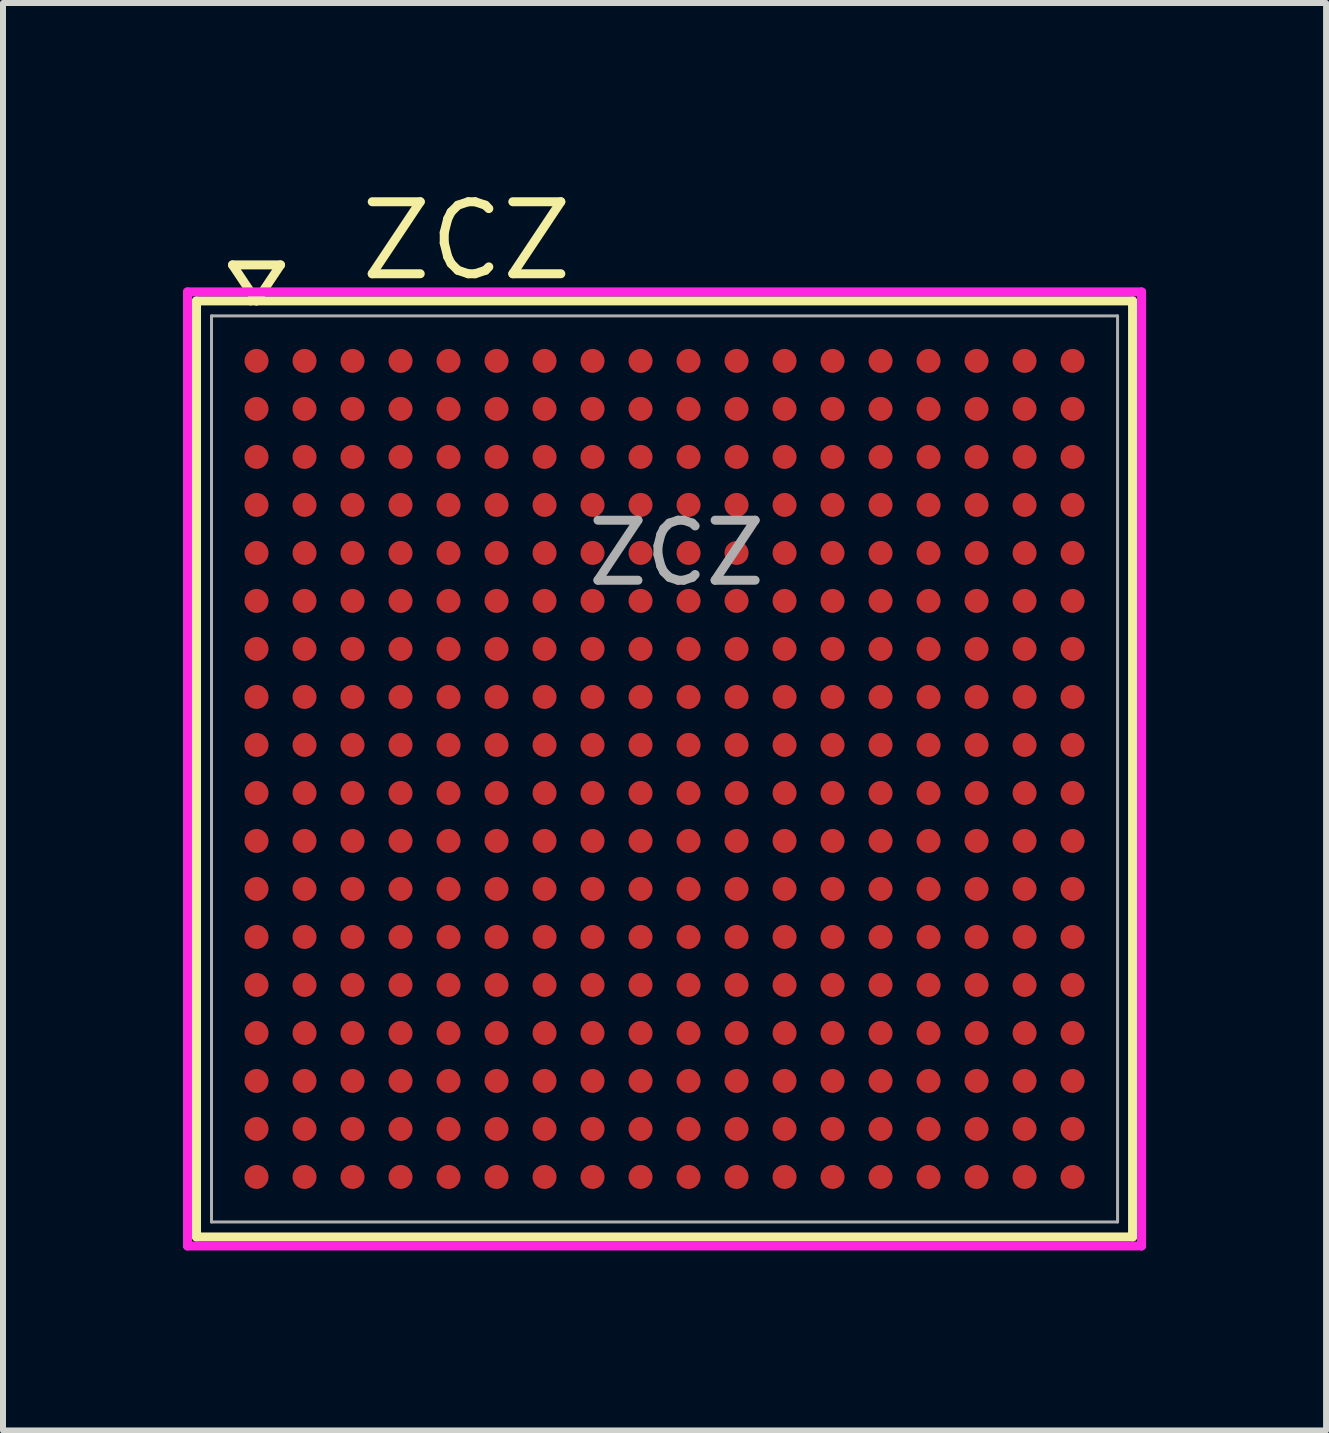
<source format=kicad_pcb>
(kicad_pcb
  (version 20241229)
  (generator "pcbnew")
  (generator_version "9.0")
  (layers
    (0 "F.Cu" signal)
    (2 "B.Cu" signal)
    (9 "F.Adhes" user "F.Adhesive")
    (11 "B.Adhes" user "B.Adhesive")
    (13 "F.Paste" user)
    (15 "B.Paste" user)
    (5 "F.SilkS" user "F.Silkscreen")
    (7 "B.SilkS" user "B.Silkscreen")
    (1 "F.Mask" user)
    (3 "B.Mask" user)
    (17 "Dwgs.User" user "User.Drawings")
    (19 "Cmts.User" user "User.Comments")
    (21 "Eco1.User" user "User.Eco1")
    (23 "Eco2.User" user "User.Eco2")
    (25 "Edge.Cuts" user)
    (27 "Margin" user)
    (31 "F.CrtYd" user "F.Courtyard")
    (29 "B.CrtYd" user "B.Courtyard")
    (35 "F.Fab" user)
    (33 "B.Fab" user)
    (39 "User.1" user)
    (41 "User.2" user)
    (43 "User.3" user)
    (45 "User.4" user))
  (footprint "ZCZ"
    (layer "F.Cu")
    (at 8.025 9.765)
    (property "Reference" "ZCZ" (at -3.3 -8.8 0) (layer "F.SilkS") (effects (font (size 1.2 1.2) (thickness 0.15))))
    (attr through_hole)
    (fp_line (start -7.8 -7.8) (end -7.8 7.8) (stroke (width 0.15) (type solid)) (layer "F.SilkS"))
    (fp_line (start -7.8 -7.8) (end -6.9 -7.8) (stroke (width 0.15) (type solid)) (layer "F.SilkS"))
    (fp_line (start -7.8 7.8) (end 7.8 7.8) (stroke (width 0.15) (type solid)) (layer "F.SilkS"))
    (fp_line (start -7.2 -8.4) (end -6.8 -7.8) (stroke (width 0.15) (type solid)) (layer "F.SilkS"))
    (fp_line (start -6.8 -7.8) (end -6.4 -8.4) (stroke (width 0.15) (type solid)) (layer "F.SilkS"))
    (fp_line (start -6.4 -8.4) (end -7.2 -8.4) (stroke (width 0.15) (type solid)) (layer "F.SilkS"))
    (fp_line (start 7.8 -7.8) (end -6.9 -7.8) (stroke (width 0.15) (type solid)) (layer "F.SilkS"))
    (fp_line (start 7.8 7.8) (end 7.8 -7.8) (stroke (width 0.15) (type solid)) (layer "F.SilkS"))
    (fp_line (start -7.95 -7.95) (end 7.95 -7.95) (stroke (width 0.15) (type solid)) (layer "F.CrtYd"))
    (fp_line (start -7.95 7.95) (end -7.95 -7.95) (stroke (width 0.15) (type solid)) (layer "F.CrtYd"))
    (fp_line (start 7.95 -7.95) (end 7.95 7.95) (stroke (width 0.15) (type solid)) (layer "F.CrtYd"))
    (fp_line (start 7.95 7.95) (end -7.95 7.95) (stroke (width 0.15) (type solid)) (layer "F.CrtYd"))
    (fp_line (start -7.55 -7.55) (end 7.55 -7.55) (stroke (width 0.05) (type solid)) (layer "F.Fab"))
    (fp_line (start -7.55 7.55) (end -7.55 -7.55) (stroke (width 0.05) (type solid)) (layer "F.Fab"))
    (fp_line (start 7.55 -7.55) (end 7.55 7.55) (stroke (width 0.05) (type solid)) (layer "F.Fab"))
    (fp_line (start 7.55 7.55) (end -7.55 7.55) (stroke (width 0.05) (type solid)) (layer "F.Fab"))
    (fp_text user "${REFERENCE}" (at 0.2 -3.6 0) (layer "F.Fab") (effects (font (size 1 1) (thickness 0.15))))
    (pad "A1" smd circle (at -6.8 -6.8) (size 0.4 0.4) (layers "F.Cu" "F.Mask" "F.Paste"))
    (pad "A2" smd circle (at -6 -6.8) (size 0.4 0.4) (layers "F.Cu" "F.Mask" "F.Paste"))
    (pad "A3" smd circle (at -5.2 -6.8) (size 0.4 0.4) (layers "F.Cu" "F.Mask" "F.Paste"))
    (pad "A4" smd circle (at -4.4 -6.8) (size 0.4 0.4) (layers "F.Cu" "F.Mask" "F.Paste"))
    (pad "A5" smd circle (at -3.6 -6.8) (size 0.4 0.4) (layers "F.Cu" "F.Mask" "F.Paste"))
    (pad "A6" smd circle (at -2.8 -6.8) (size 0.4 0.4) (layers "F.Cu" "F.Mask" "F.Paste"))
    (pad "A7" smd circle (at -2 -6.8) (size 0.4 0.4) (layers "F.Cu" "F.Mask" "F.Paste"))
    (pad "A8" smd circle (at -1.2 -6.8) (size 0.4 0.4) (layers "F.Cu" "F.Mask" "F.Paste"))
    (pad "A9" smd circle (at -0.4 -6.8) (size 0.4 0.4) (layers "F.Cu" "F.Mask" "F.Paste"))
    (pad "A10" smd circle (at 0.4 -6.8) (size 0.4 0.4) (layers "F.Cu" "F.Mask" "F.Paste"))
    (pad "A11" smd circle (at 1.2 -6.8) (size 0.4 0.4) (layers "F.Cu" "F.Mask" "F.Paste"))
    (pad "A12" smd circle (at 2 -6.8) (size 0.4 0.4) (layers "F.Cu" "F.Mask" "F.Paste"))
    (pad "A13" smd circle (at 2.8 -6.8) (size 0.4 0.4) (layers "F.Cu" "F.Mask" "F.Paste"))
    (pad "A14" smd circle (at 3.6 -6.8) (size 0.4 0.4) (layers "F.Cu" "F.Mask" "F.Paste"))
    (pad "A15" smd circle (at 4.4 -6.8) (size 0.4 0.4) (layers "F.Cu" "F.Mask" "F.Paste"))
    (pad "A16" smd circle (at 5.2 -6.8) (size 0.4 0.4) (layers "F.Cu" "F.Mask" "F.Paste"))
    (pad "A17" smd circle (at 6 -6.8) (size 0.4 0.4) (layers "F.Cu" "F.Mask" "F.Paste"))
    (pad "A18" smd circle (at 6.8 -6.8) (size 0.4 0.4) (layers "F.Cu" "F.Mask" "F.Paste"))
    (pad "B1" smd circle (at -6.8 -6) (size 0.4 0.4) (layers "F.Cu" "F.Mask" "F.Paste"))
    (pad "B2" smd circle (at -6 -6) (size 0.4 0.4) (layers "F.Cu" "F.Mask" "F.Paste"))
    (pad "B3" smd circle (at -5.2 -6) (size 0.4 0.4) (layers "F.Cu" "F.Mask" "F.Paste"))
    (pad "B4" smd circle (at -4.4 -6) (size 0.4 0.4) (layers "F.Cu" "F.Mask" "F.Paste"))
    (pad "B5" smd circle (at -3.6 -6) (size 0.4 0.4) (layers "F.Cu" "F.Mask" "F.Paste"))
    (pad "B6" smd circle (at -2.8 -6) (size 0.4 0.4) (layers "F.Cu" "F.Mask" "F.Paste"))
    (pad "B7" smd circle (at -2 -6) (size 0.4 0.4) (layers "F.Cu" "F.Mask" "F.Paste"))
    (pad "B8" smd circle (at -1.2 -6) (size 0.4 0.4) (layers "F.Cu" "F.Mask" "F.Paste"))
    (pad "B9" smd circle (at -0.4 -6) (size 0.4 0.4) (layers "F.Cu" "F.Mask" "F.Paste"))
    (pad "B10" smd circle (at 0.4 -6) (size 0.4 0.4) (layers "F.Cu" "F.Mask" "F.Paste"))
    (pad "B11" smd circle (at 1.2 -6) (size 0.4 0.4) (layers "F.Cu" "F.Mask" "F.Paste"))
    (pad "B12" smd circle (at 2 -6) (size 0.4 0.4) (layers "F.Cu" "F.Mask" "F.Paste"))
    (pad "B13" smd circle (at 2.8 -6) (size 0.4 0.4) (layers "F.Cu" "F.Mask" "F.Paste"))
    (pad "B14" smd circle (at 3.6 -6) (size 0.4 0.4) (layers "F.Cu" "F.Mask" "F.Paste"))
    (pad "B15" smd circle (at 4.4 -6) (size 0.4 0.4) (layers "F.Cu" "F.Mask" "F.Paste"))
    (pad "B16" smd circle (at 5.2 -6) (size 0.4 0.4) (layers "F.Cu" "F.Mask" "F.Paste"))
    (pad "B17" smd circle (at 6 -6) (size 0.4 0.4) (layers "F.Cu" "F.Mask" "F.Paste"))
    (pad "B18" smd circle (at 6.8 -6) (size 0.4 0.4) (layers "F.Cu" "F.Mask" "F.Paste"))
    (pad "C1" smd circle (at -6.8 -5.2) (size 0.4 0.4) (layers "F.Cu" "F.Mask" "F.Paste"))
    (pad "C2" smd circle (at -6 -5.2) (size 0.4 0.4) (layers "F.Cu" "F.Mask" "F.Paste"))
    (pad "C3" smd circle (at -5.2 -5.2) (size 0.4 0.4) (layers "F.Cu" "F.Mask" "F.Paste"))
    (pad "C4" smd circle (at -4.4 -5.2) (size 0.4 0.4) (layers "F.Cu" "F.Mask" "F.Paste"))
    (pad "C5" smd circle (at -3.6 -5.2) (size 0.4 0.4) (layers "F.Cu" "F.Mask" "F.Paste"))
    (pad "C6" smd circle (at -2.8 -5.2) (size 0.4 0.4) (layers "F.Cu" "F.Mask" "F.Paste"))
    (pad "C7" smd circle (at -2 -5.2) (size 0.4 0.4) (layers "F.Cu" "F.Mask" "F.Paste"))
    (pad "C8" smd circle (at -1.2 -5.2) (size 0.4 0.4) (layers "F.Cu" "F.Mask" "F.Paste"))
    (pad "C9" smd circle (at -0.4 -5.2) (size 0.4 0.4) (layers "F.Cu" "F.Mask" "F.Paste"))
    (pad "C10" smd circle (at 0.4 -5.2) (size 0.4 0.4) (layers "F.Cu" "F.Mask" "F.Paste"))
    (pad "C11" smd circle (at 1.2 -5.2) (size 0.4 0.4) (layers "F.Cu" "F.Mask" "F.Paste"))
    (pad "C12" smd circle (at 2 -5.2) (size 0.4 0.4) (layers "F.Cu" "F.Mask" "F.Paste"))
    (pad "C13" smd circle (at 2.8 -5.2) (size 0.4 0.4) (layers "F.Cu" "F.Mask" "F.Paste"))
    (pad "C14" smd circle (at 3.6 -5.2) (size 0.4 0.4) (layers "F.Cu" "F.Mask" "F.Paste"))
    (pad "C15" smd circle (at 4.4 -5.2) (size 0.4 0.4) (layers "F.Cu" "F.Mask" "F.Paste"))
    (pad "C16" smd circle (at 5.2 -5.2) (size 0.4 0.4) (layers "F.Cu" "F.Mask" "F.Paste"))
    (pad "C17" smd circle (at 6 -5.2) (size 0.4 0.4) (layers "F.Cu" "F.Mask" "F.Paste"))
    (pad "C18" smd circle (at 6.8 -5.2) (size 0.4 0.4) (layers "F.Cu" "F.Mask" "F.Paste"))
    (pad "D1" smd circle (at -6.8 -4.4) (size 0.4 0.4) (layers "F.Cu" "F.Mask" "F.Paste"))
    (pad "D2" smd circle (at -6 -4.4) (size 0.4 0.4) (layers "F.Cu" "F.Mask" "F.Paste"))
    (pad "D3" smd circle (at -5.2 -4.4) (size 0.4 0.4) (layers "F.Cu" "F.Mask" "F.Paste"))
    (pad "D4" smd circle (at -4.4 -4.4) (size 0.4 0.4) (layers "F.Cu" "F.Mask" "F.Paste"))
    (pad "D5" smd circle (at -3.6 -4.4) (size 0.4 0.4) (layers "F.Cu" "F.Mask" "F.Paste"))
    (pad "D6" smd circle (at -2.8 -4.4) (size 0.4 0.4) (layers "F.Cu" "F.Mask" "F.Paste"))
    (pad "D7" smd circle (at -2 -4.4) (size 0.4 0.4) (layers "F.Cu" "F.Mask" "F.Paste"))
    (pad "D8" smd circle (at -1.2 -4.4) (size 0.4 0.4) (layers "F.Cu" "F.Mask" "F.Paste"))
    (pad "D9" smd circle (at -0.4 -4.4) (size 0.4 0.4) (layers "F.Cu" "F.Mask" "F.Paste"))
    (pad "D10" smd circle (at 0.4 -4.4) (size 0.4 0.4) (layers "F.Cu" "F.Mask" "F.Paste"))
    (pad "D11" smd circle (at 1.2 -4.4) (size 0.4 0.4) (layers "F.Cu" "F.Mask" "F.Paste"))
    (pad "D12" smd circle (at 2 -4.4) (size 0.4 0.4) (layers "F.Cu" "F.Mask" "F.Paste"))
    (pad "D13" smd circle (at 2.8 -4.4) (size 0.4 0.4) (layers "F.Cu" "F.Mask" "F.Paste"))
    (pad "D14" smd circle (at 3.6 -4.4) (size 0.4 0.4) (layers "F.Cu" "F.Mask" "F.Paste"))
    (pad "D15" smd circle (at 4.4 -4.4) (size 0.4 0.4) (layers "F.Cu" "F.Mask" "F.Paste"))
    (pad "D16" smd circle (at 5.2 -4.4) (size 0.4 0.4) (layers "F.Cu" "F.Mask" "F.Paste"))
    (pad "D17" smd circle (at 6 -4.4) (size 0.4 0.4) (layers "F.Cu" "F.Mask" "F.Paste"))
    (pad "D18" smd circle (at 6.8 -4.4) (size 0.4 0.4) (layers "F.Cu" "F.Mask" "F.Paste"))
    (pad "E1" smd circle (at -6.8 -3.6) (size 0.4 0.4) (layers "F.Cu" "F.Mask" "F.Paste"))
    (pad "E2" smd circle (at -6 -3.6) (size 0.4 0.4) (layers "F.Cu" "F.Mask" "F.Paste"))
    (pad "E3" smd circle (at -5.2 -3.6) (size 0.4 0.4) (layers "F.Cu" "F.Mask" "F.Paste"))
    (pad "E4" smd circle (at -4.4 -3.6) (size 0.4 0.4) (layers "F.Cu" "F.Mask" "F.Paste"))
    (pad "E5" smd circle (at -3.6 -3.6) (size 0.4 0.4) (layers "F.Cu" "F.Mask" "F.Paste"))
    (pad "E6" smd circle (at -2.8 -3.6) (size 0.4 0.4) (layers "F.Cu" "F.Mask" "F.Paste"))
    (pad "E7" smd circle (at -2 -3.6) (size 0.4 0.4) (layers "F.Cu" "F.Mask" "F.Paste"))
    (pad "E8" smd circle (at -1.2 -3.6) (size 0.4 0.4) (layers "F.Cu" "F.Mask" "F.Paste"))
    (pad "E9" smd circle (at -0.4 -3.6) (size 0.4 0.4) (layers "F.Cu" "F.Mask" "F.Paste"))
    (pad "E10" smd circle (at 0.4 -3.6) (size 0.4 0.4) (layers "F.Cu" "F.Mask" "F.Paste"))
    (pad "E11" smd circle (at 1.2 -3.6) (size 0.4 0.4) (layers "F.Cu" "F.Mask" "F.Paste"))
    (pad "E12" smd circle (at 2 -3.6) (size 0.4 0.4) (layers "F.Cu" "F.Mask" "F.Paste"))
    (pad "E13" smd circle (at 2.8 -3.6) (size 0.4 0.4) (layers "F.Cu" "F.Mask" "F.Paste"))
    (pad "E14" smd circle (at 3.6 -3.6) (size 0.4 0.4) (layers "F.Cu" "F.Mask" "F.Paste"))
    (pad "E15" smd circle (at 4.4 -3.6) (size 0.4 0.4) (layers "F.Cu" "F.Mask" "F.Paste"))
    (pad "E16" smd circle (at 5.2 -3.6) (size 0.4 0.4) (layers "F.Cu" "F.Mask" "F.Paste"))
    (pad "E17" smd circle (at 6 -3.6) (size 0.4 0.4) (layers "F.Cu" "F.Mask" "F.Paste"))
    (pad "E18" smd circle (at 6.8 -3.6) (size 0.4 0.4) (layers "F.Cu" "F.Mask" "F.Paste"))
    (pad "F1" smd circle (at -6.8 -2.8) (size 0.4 0.4) (layers "F.Cu" "F.Mask" "F.Paste"))
    (pad "F2" smd circle (at -6 -2.8) (size 0.4 0.4) (layers "F.Cu" "F.Mask" "F.Paste"))
    (pad "F3" smd circle (at -5.2 -2.8) (size 0.4 0.4) (layers "F.Cu" "F.Mask" "F.Paste"))
    (pad "F4" smd circle (at -4.4 -2.8) (size 0.4 0.4) (layers "F.Cu" "F.Mask" "F.Paste"))
    (pad "F5" smd circle (at -3.6 -2.8) (size 0.4 0.4) (layers "F.Cu" "F.Mask" "F.Paste"))
    (pad "F6" smd circle (at -2.8 -2.8) (size 0.4 0.4) (layers "F.Cu" "F.Mask" "F.Paste"))
    (pad "F7" smd circle (at -2 -2.8) (size 0.4 0.4) (layers "F.Cu" "F.Mask" "F.Paste"))
    (pad "F8" smd circle (at -1.2 -2.8) (size 0.4 0.4) (layers "F.Cu" "F.Mask" "F.Paste"))
    (pad "F9" smd circle (at -0.4 -2.8) (size 0.4 0.4) (layers "F.Cu" "F.Mask" "F.Paste"))
    (pad "F10" smd circle (at 0.4 -2.8) (size 0.4 0.4) (layers "F.Cu" "F.Mask" "F.Paste"))
    (pad "F11" smd circle (at 1.2 -2.8) (size 0.4 0.4) (layers "F.Cu" "F.Mask" "F.Paste"))
    (pad "F12" smd circle (at 2 -2.8) (size 0.4 0.4) (layers "F.Cu" "F.Mask" "F.Paste"))
    (pad "F13" smd circle (at 2.8 -2.8) (size 0.4 0.4) (layers "F.Cu" "F.Mask" "F.Paste"))
    (pad "F14" smd circle (at 3.6 -2.8) (size 0.4 0.4) (layers "F.Cu" "F.Mask" "F.Paste"))
    (pad "F15" smd circle (at 4.4 -2.8) (size 0.4 0.4) (layers "F.Cu" "F.Mask" "F.Paste"))
    (pad "F16" smd circle (at 5.2 -2.8) (size 0.4 0.4) (layers "F.Cu" "F.Mask" "F.Paste"))
    (pad "F17" smd circle (at 6 -2.8) (size 0.4 0.4) (layers "F.Cu" "F.Mask" "F.Paste"))
    (pad "F18" smd circle (at 6.8 -2.8) (size 0.4 0.4) (layers "F.Cu" "F.Mask" "F.Paste"))
    (pad "G1" smd circle (at -6.8 -2) (size 0.4 0.4) (layers "F.Cu" "F.Mask" "F.Paste"))
    (pad "G2" smd circle (at -6 -2) (size 0.4 0.4) (layers "F.Cu" "F.Mask" "F.Paste"))
    (pad "G3" smd circle (at -5.2 -2) (size 0.4 0.4) (layers "F.Cu" "F.Mask" "F.Paste"))
    (pad "G4" smd circle (at -4.4 -2) (size 0.4 0.4) (layers "F.Cu" "F.Mask" "F.Paste"))
    (pad "G5" smd circle (at -3.6 -2) (size 0.4 0.4) (layers "F.Cu" "F.Mask" "F.Paste"))
    (pad "G6" smd circle (at -2.8 -2) (size 0.4 0.4) (layers "F.Cu" "F.Mask" "F.Paste"))
    (pad "G7" smd circle (at -2 -2) (size 0.4 0.4) (layers "F.Cu" "F.Mask" "F.Paste"))
    (pad "G8" smd circle (at -1.2 -2) (size 0.4 0.4) (layers "F.Cu" "F.Mask" "F.Paste"))
    (pad "G9" smd circle (at -0.4 -2) (size 0.4 0.4) (layers "F.Cu" "F.Mask" "F.Paste"))
    (pad "G10" smd circle (at 0.4 -2) (size 0.4 0.4) (layers "F.Cu" "F.Mask" "F.Paste"))
    (pad "G11" smd circle (at 1.2 -2) (size 0.4 0.4) (layers "F.Cu" "F.Mask" "F.Paste"))
    (pad "G12" smd circle (at 2 -2) (size 0.4 0.4) (layers "F.Cu" "F.Mask" "F.Paste"))
    (pad "G13" smd circle (at 2.8 -2) (size 0.4 0.4) (layers "F.Cu" "F.Mask" "F.Paste"))
    (pad "G14" smd circle (at 3.6 -2) (size 0.4 0.4) (layers "F.Cu" "F.Mask" "F.Paste"))
    (pad "G15" smd circle (at 4.4 -2) (size 0.4 0.4) (layers "F.Cu" "F.Mask" "F.Paste"))
    (pad "G16" smd circle (at 5.2 -2) (size 0.4 0.4) (layers "F.Cu" "F.Mask" "F.Paste"))
    (pad "G17" smd circle (at 6 -2) (size 0.4 0.4) (layers "F.Cu" "F.Mask" "F.Paste"))
    (pad "G18" smd circle (at 6.8 -2) (size 0.4 0.4) (layers "F.Cu" "F.Mask" "F.Paste"))
    (pad "H1" smd circle (at -6.8 -1.2) (size 0.4 0.4) (layers "F.Cu" "F.Mask" "F.Paste"))
    (pad "H2" smd circle (at -6 -1.2) (size 0.4 0.4) (layers "F.Cu" "F.Mask" "F.Paste"))
    (pad "H3" smd circle (at -5.2 -1.2) (size 0.4 0.4) (layers "F.Cu" "F.Mask" "F.Paste"))
    (pad "H4" smd circle (at -4.4 -1.2) (size 0.4 0.4) (layers "F.Cu" "F.Mask" "F.Paste"))
    (pad "H5" smd circle (at -3.6 -1.2) (size 0.4 0.4) (layers "F.Cu" "F.Mask" "F.Paste"))
    (pad "H6" smd circle (at -2.8 -1.2) (size 0.4 0.4) (layers "F.Cu" "F.Mask" "F.Paste"))
    (pad "H7" smd circle (at -2 -1.2) (size 0.4 0.4) (layers "F.Cu" "F.Mask" "F.Paste"))
    (pad "H8" smd circle (at -1.2 -1.2) (size 0.4 0.4) (layers "F.Cu" "F.Mask" "F.Paste"))
    (pad "H9" smd circle (at -0.4 -1.2) (size 0.4 0.4) (layers "F.Cu" "F.Mask" "F.Paste"))
    (pad "H10" smd circle (at 0.4 -1.2) (size 0.4 0.4) (layers "F.Cu" "F.Mask" "F.Paste"))
    (pad "H11" smd circle (at 1.2 -1.2) (size 0.4 0.4) (layers "F.Cu" "F.Mask" "F.Paste"))
    (pad "H12" smd circle (at 2 -1.2) (size 0.4 0.4) (layers "F.Cu" "F.Mask" "F.Paste"))
    (pad "H13" smd circle (at 2.8 -1.2) (size 0.4 0.4) (layers "F.Cu" "F.Mask" "F.Paste"))
    (pad "H14" smd circle (at 3.6 -1.2) (size 0.4 0.4) (layers "F.Cu" "F.Mask" "F.Paste"))
    (pad "H15" smd circle (at 4.4 -1.2) (size 0.4 0.4) (layers "F.Cu" "F.Mask" "F.Paste"))
    (pad "H16" smd circle (at 5.2 -1.2) (size 0.4 0.4) (layers "F.Cu" "F.Mask" "F.Paste"))
    (pad "H17" smd circle (at 6 -1.2) (size 0.4 0.4) (layers "F.Cu" "F.Mask" "F.Paste"))
    (pad "H18" smd circle (at 6.8 -1.2) (size 0.4 0.4) (layers "F.Cu" "F.Mask" "F.Paste"))
    (pad "J1" smd circle (at -6.8 -0.4) (size 0.4 0.4) (layers "F.Cu" "F.Mask" "F.Paste"))
    (pad "J2" smd circle (at -6 -0.4) (size 0.4 0.4) (layers "F.Cu" "F.Mask" "F.Paste"))
    (pad "J3" smd circle (at -5.2 -0.4) (size 0.4 0.4) (layers "F.Cu" "F.Mask" "F.Paste"))
    (pad "J4" smd circle (at -4.4 -0.4) (size 0.4 0.4) (layers "F.Cu" "F.Mask" "F.Paste"))
    (pad "J5" smd circle (at -3.6 -0.4) (size 0.4 0.4) (layers "F.Cu" "F.Mask" "F.Paste"))
    (pad "J6" smd circle (at -2.8 -0.4) (size 0.4 0.4) (layers "F.Cu" "F.Mask" "F.Paste"))
    (pad "J7" smd circle (at -2 -0.4) (size 0.4 0.4) (layers "F.Cu" "F.Mask" "F.Paste"))
    (pad "J8" smd circle (at -1.2 -0.4) (size 0.4 0.4) (layers "F.Cu" "F.Mask" "F.Paste"))
    (pad "J9" smd circle (at -0.4 -0.4) (size 0.4 0.4) (layers "F.Cu" "F.Mask" "F.Paste"))
    (pad "J10" smd circle (at 0.4 -0.4) (size 0.4 0.4) (layers "F.Cu" "F.Mask" "F.Paste"))
    (pad "J11" smd circle (at 1.2 -0.4) (size 0.4 0.4) (layers "F.Cu" "F.Mask" "F.Paste"))
    (pad "J12" smd circle (at 2 -0.4) (size 0.4 0.4) (layers "F.Cu" "F.Mask" "F.Paste"))
    (pad "J13" smd circle (at 2.8 -0.4) (size 0.4 0.4) (layers "F.Cu" "F.Mask" "F.Paste"))
    (pad "J14" smd circle (at 3.6 -0.4) (size 0.4 0.4) (layers "F.Cu" "F.Mask" "F.Paste"))
    (pad "J15" smd circle (at 4.4 -0.4) (size 0.4 0.4) (layers "F.Cu" "F.Mask" "F.Paste"))
    (pad "J16" smd circle (at 5.2 -0.4) (size 0.4 0.4) (layers "F.Cu" "F.Mask" "F.Paste"))
    (pad "J17" smd circle (at 6 -0.4) (size 0.4 0.4) (layers "F.Cu" "F.Mask" "F.Paste"))
    (pad "J18" smd circle (at 6.8 -0.4) (size 0.4 0.4) (layers "F.Cu" "F.Mask" "F.Paste"))
    (pad "K1" smd circle (at -6.8 0.4) (size 0.4 0.4) (layers "F.Cu" "F.Mask" "F.Paste"))
    (pad "K2" smd circle (at -6 0.4) (size 0.4 0.4) (layers "F.Cu" "F.Mask" "F.Paste"))
    (pad "K3" smd circle (at -5.2 0.4) (size 0.4 0.4) (layers "F.Cu" "F.Mask" "F.Paste"))
    (pad "K4" smd circle (at -4.4 0.4) (size 0.4 0.4) (layers "F.Cu" "F.Mask" "F.Paste"))
    (pad "K5" smd circle (at -3.6 0.4) (size 0.4 0.4) (layers "F.Cu" "F.Mask" "F.Paste"))
    (pad "K6" smd circle (at -2.8 0.4) (size 0.4 0.4) (layers "F.Cu" "F.Mask" "F.Paste"))
    (pad "K7" smd circle (at -2 0.4) (size 0.4 0.4) (layers "F.Cu" "F.Mask" "F.Paste"))
    (pad "K8" smd circle (at -1.2 0.4) (size 0.4 0.4) (layers "F.Cu" "F.Mask" "F.Paste"))
    (pad "K9" smd circle (at -0.4 0.4) (size 0.4 0.4) (layers "F.Cu" "F.Mask" "F.Paste"))
    (pad "K10" smd circle (at 0.4 0.4) (size 0.4 0.4) (layers "F.Cu" "F.Mask" "F.Paste"))
    (pad "K11" smd circle (at 1.2 0.4) (size 0.4 0.4) (layers "F.Cu" "F.Mask" "F.Paste"))
    (pad "K12" smd circle (at 2 0.4) (size 0.4 0.4) (layers "F.Cu" "F.Mask" "F.Paste"))
    (pad "K13" smd circle (at 2.8 0.4) (size 0.4 0.4) (layers "F.Cu" "F.Mask" "F.Paste"))
    (pad "K14" smd circle (at 3.6 0.4) (size 0.4 0.4) (layers "F.Cu" "F.Mask" "F.Paste"))
    (pad "K15" smd circle (at 4.4 0.4) (size 0.4 0.4) (layers "F.Cu" "F.Mask" "F.Paste"))
    (pad "K16" smd circle (at 5.2 0.4) (size 0.4 0.4) (layers "F.Cu" "F.Mask" "F.Paste"))
    (pad "K17" smd circle (at 6 0.4) (size 0.4 0.4) (layers "F.Cu" "F.Mask" "F.Paste"))
    (pad "K18" smd circle (at 6.8 0.4) (size 0.4 0.4) (layers "F.Cu" "F.Mask" "F.Paste"))
    (pad "L1" smd circle (at -6.8 1.2) (size 0.4 0.4) (layers "F.Cu" "F.Mask" "F.Paste"))
    (pad "L2" smd circle (at -6 1.2) (size 0.4 0.4) (layers "F.Cu" "F.Mask" "F.Paste"))
    (pad "L3" smd circle (at -5.2 1.2) (size 0.4 0.4) (layers "F.Cu" "F.Mask" "F.Paste"))
    (pad "L4" smd circle (at -4.4 1.2) (size 0.4 0.4) (layers "F.Cu" "F.Mask" "F.Paste"))
    (pad "L5" smd circle (at -3.6 1.2) (size 0.4 0.4) (layers "F.Cu" "F.Mask" "F.Paste"))
    (pad "L6" smd circle (at -2.8 1.2) (size 0.4 0.4) (layers "F.Cu" "F.Mask" "F.Paste"))
    (pad "L7" smd circle (at -2 1.2) (size 0.4 0.4) (layers "F.Cu" "F.Mask" "F.Paste"))
    (pad "L8" smd circle (at -1.2 1.2) (size 0.4 0.4) (layers "F.Cu" "F.Mask" "F.Paste"))
    (pad "L9" smd circle (at -0.4 1.2) (size 0.4 0.4) (layers "F.Cu" "F.Mask" "F.Paste"))
    (pad "L10" smd circle (at 0.4 1.2) (size 0.4 0.4) (layers "F.Cu" "F.Mask" "F.Paste"))
    (pad "L11" smd circle (at 1.2 1.2) (size 0.4 0.4) (layers "F.Cu" "F.Mask" "F.Paste"))
    (pad "L12" smd circle (at 2 1.2) (size 0.4 0.4) (layers "F.Cu" "F.Mask" "F.Paste"))
    (pad "L13" smd circle (at 2.8 1.2) (size 0.4 0.4) (layers "F.Cu" "F.Mask" "F.Paste"))
    (pad "L14" smd circle (at 3.6 1.2) (size 0.4 0.4) (layers "F.Cu" "F.Mask" "F.Paste"))
    (pad "L15" smd circle (at 4.4 1.2) (size 0.4 0.4) (layers "F.Cu" "F.Mask" "F.Paste"))
    (pad "L16" smd circle (at 5.2 1.2) (size 0.4 0.4) (layers "F.Cu" "F.Mask" "F.Paste"))
    (pad "L17" smd circle (at 6 1.2) (size 0.4 0.4) (layers "F.Cu" "F.Mask" "F.Paste"))
    (pad "L18" smd circle (at 6.8 1.2) (size 0.4 0.4) (layers "F.Cu" "F.Mask" "F.Paste"))
    (pad "M1" smd circle (at -6.8 2) (size 0.4 0.4) (layers "F.Cu" "F.Mask" "F.Paste"))
    (pad "M2" smd circle (at -6 2) (size 0.4 0.4) (layers "F.Cu" "F.Mask" "F.Paste"))
    (pad "M3" smd circle (at -5.2 2) (size 0.4 0.4) (layers "F.Cu" "F.Mask" "F.Paste"))
    (pad "M4" smd circle (at -4.4 2) (size 0.4 0.4) (layers "F.Cu" "F.Mask" "F.Paste"))
    (pad "M5" smd circle (at -3.6 2) (size 0.4 0.4) (layers "F.Cu" "F.Mask" "F.Paste"))
    (pad "M6" smd circle (at -2.8 2) (size 0.4 0.4) (layers "F.Cu" "F.Mask" "F.Paste"))
    (pad "M7" smd circle (at -2 2) (size 0.4 0.4) (layers "F.Cu" "F.Mask" "F.Paste"))
    (pad "M8" smd circle (at -1.2 2) (size 0.4 0.4) (layers "F.Cu" "F.Mask" "F.Paste"))
    (pad "M9" smd circle (at -0.4 2) (size 0.4 0.4) (layers "F.Cu" "F.Mask" "F.Paste"))
    (pad "M10" smd circle (at 0.4 2) (size 0.4 0.4) (layers "F.Cu" "F.Mask" "F.Paste"))
    (pad "M11" smd circle (at 1.2 2) (size 0.4 0.4) (layers "F.Cu" "F.Mask" "F.Paste"))
    (pad "M12" smd circle (at 2 2) (size 0.4 0.4) (layers "F.Cu" "F.Mask" "F.Paste"))
    (pad "M13" smd circle (at 2.8 2) (size 0.4 0.4) (layers "F.Cu" "F.Mask" "F.Paste"))
    (pad "M14" smd circle (at 3.6 2) (size 0.4 0.4) (layers "F.Cu" "F.Mask" "F.Paste"))
    (pad "M15" smd circle (at 4.4 2) (size 0.4 0.4) (layers "F.Cu" "F.Mask" "F.Paste"))
    (pad "M16" smd circle (at 5.2 2) (size 0.4 0.4) (layers "F.Cu" "F.Mask" "F.Paste"))
    (pad "M17" smd circle (at 6 2) (size 0.4 0.4) (layers "F.Cu" "F.Mask" "F.Paste"))
    (pad "M18" smd circle (at 6.8 2) (size 0.4 0.4) (layers "F.Cu" "F.Mask" "F.Paste"))
    (pad "N1" smd circle (at -6.8 2.8) (size 0.4 0.4) (layers "F.Cu" "F.Mask" "F.Paste"))
    (pad "N2" smd circle (at -6 2.8) (size 0.4 0.4) (layers "F.Cu" "F.Mask" "F.Paste"))
    (pad "N3" smd circle (at -5.2 2.8) (size 0.4 0.4) (layers "F.Cu" "F.Mask" "F.Paste"))
    (pad "N4" smd circle (at -4.4 2.8) (size 0.4 0.4) (layers "F.Cu" "F.Mask" "F.Paste"))
    (pad "N5" smd circle (at -3.6 2.8) (size 0.4 0.4) (layers "F.Cu" "F.Mask" "F.Paste"))
    (pad "N6" smd circle (at -2.8 2.8) (size 0.4 0.4) (layers "F.Cu" "F.Mask" "F.Paste"))
    (pad "N7" smd circle (at -2 2.8) (size 0.4 0.4) (layers "F.Cu" "F.Mask" "F.Paste"))
    (pad "N8" smd circle (at -1.2 2.8) (size 0.4 0.4) (layers "F.Cu" "F.Mask" "F.Paste"))
    (pad "N9" smd circle (at -0.4 2.8) (size 0.4 0.4) (layers "F.Cu" "F.Mask" "F.Paste"))
    (pad "N10" smd circle (at 0.4 2.8) (size 0.4 0.4) (layers "F.Cu" "F.Mask" "F.Paste"))
    (pad "N11" smd circle (at 1.2 2.8) (size 0.4 0.4) (layers "F.Cu" "F.Mask" "F.Paste"))
    (pad "N12" smd circle (at 2 2.8) (size 0.4 0.4) (layers "F.Cu" "F.Mask" "F.Paste"))
    (pad "N13" smd circle (at 2.8 2.8) (size 0.4 0.4) (layers "F.Cu" "F.Mask" "F.Paste"))
    (pad "N14" smd circle (at 3.6 2.8) (size 0.4 0.4) (layers "F.Cu" "F.Mask" "F.Paste"))
    (pad "N15" smd circle (at 4.4 2.8) (size 0.4 0.4) (layers "F.Cu" "F.Mask" "F.Paste"))
    (pad "N16" smd circle (at 5.2 2.8) (size 0.4 0.4) (layers "F.Cu" "F.Mask" "F.Paste"))
    (pad "N17" smd circle (at 6 2.8) (size 0.4 0.4) (layers "F.Cu" "F.Mask" "F.Paste"))
    (pad "N18" smd circle (at 6.8 2.8) (size 0.4 0.4) (layers "F.Cu" "F.Mask" "F.Paste"))
    (pad "P1" smd circle (at -6.8 3.6) (size 0.4 0.4) (layers "F.Cu" "F.Mask" "F.Paste"))
    (pad "P2" smd circle (at -6 3.6) (size 0.4 0.4) (layers "F.Cu" "F.Mask" "F.Paste"))
    (pad "P3" smd circle (at -5.2 3.6) (size 0.4 0.4) (layers "F.Cu" "F.Mask" "F.Paste"))
    (pad "P4" smd circle (at -4.4 3.6) (size 0.4 0.4) (layers "F.Cu" "F.Mask" "F.Paste"))
    (pad "P5" smd circle (at -3.6 3.6) (size 0.4 0.4) (layers "F.Cu" "F.Mask" "F.Paste"))
    (pad "P6" smd circle (at -2.8 3.6) (size 0.4 0.4) (layers "F.Cu" "F.Mask" "F.Paste"))
    (pad "P7" smd circle (at -2 3.6) (size 0.4 0.4) (layers "F.Cu" "F.Mask" "F.Paste"))
    (pad "P8" smd circle (at -1.2 3.6) (size 0.4 0.4) (layers "F.Cu" "F.Mask" "F.Paste"))
    (pad "P9" smd circle (at -0.4 3.6) (size 0.4 0.4) (layers "F.Cu" "F.Mask" "F.Paste"))
    (pad "P10" smd circle (at 0.4 3.6) (size 0.4 0.4) (layers "F.Cu" "F.Mask" "F.Paste"))
    (pad "P11" smd circle (at 1.2 3.6) (size 0.4 0.4) (layers "F.Cu" "F.Mask" "F.Paste"))
    (pad "P12" smd circle (at 2 3.6) (size 0.4 0.4) (layers "F.Cu" "F.Mask" "F.Paste"))
    (pad "P13" smd circle (at 2.8 3.6) (size 0.4 0.4) (layers "F.Cu" "F.Mask" "F.Paste"))
    (pad "P14" smd circle (at 3.6 3.6) (size 0.4 0.4) (layers "F.Cu" "F.Mask" "F.Paste"))
    (pad "P15" smd circle (at 4.4 3.6) (size 0.4 0.4) (layers "F.Cu" "F.Mask" "F.Paste"))
    (pad "P16" smd circle (at 5.2 3.6) (size 0.4 0.4) (layers "F.Cu" "F.Mask" "F.Paste"))
    (pad "P17" smd circle (at 6 3.6) (size 0.4 0.4) (layers "F.Cu" "F.Mask" "F.Paste"))
    (pad "P18" smd circle (at 6.8 3.6) (size 0.4 0.4) (layers "F.Cu" "F.Mask" "F.Paste"))
    (pad "R1" smd circle (at -6.8 4.4) (size 0.4 0.4) (layers "F.Cu" "F.Mask" "F.Paste"))
    (pad "R2" smd circle (at -6 4.4) (size 0.4 0.4) (layers "F.Cu" "F.Mask" "F.Paste"))
    (pad "R3" smd circle (at -5.2 4.4) (size 0.4 0.4) (layers "F.Cu" "F.Mask" "F.Paste"))
    (pad "R4" smd circle (at -4.4 4.4) (size 0.4 0.4) (layers "F.Cu" "F.Mask" "F.Paste"))
    (pad "R5" smd circle (at -3.6 4.4) (size 0.4 0.4) (layers "F.Cu" "F.Mask" "F.Paste"))
    (pad "R6" smd circle (at -2.8 4.4) (size 0.4 0.4) (layers "F.Cu" "F.Mask" "F.Paste"))
    (pad "R7" smd circle (at -2 4.4) (size 0.4 0.4) (layers "F.Cu" "F.Mask" "F.Paste"))
    (pad "R8" smd circle (at -1.2 4.4) (size 0.4 0.4) (layers "F.Cu" "F.Mask" "F.Paste"))
    (pad "R9" smd circle (at -0.4 4.4) (size 0.4 0.4) (layers "F.Cu" "F.Mask" "F.Paste"))
    (pad "R10" smd circle (at 0.4 4.4) (size 0.4 0.4) (layers "F.Cu" "F.Mask" "F.Paste"))
    (pad "R11" smd circle (at 1.2 4.4) (size 0.4 0.4) (layers "F.Cu" "F.Mask" "F.Paste"))
    (pad "R12" smd circle (at 2 4.4) (size 0.4 0.4) (layers "F.Cu" "F.Mask" "F.Paste"))
    (pad "R13" smd circle (at 2.8 4.4) (size 0.4 0.4) (layers "F.Cu" "F.Mask" "F.Paste"))
    (pad "R14" smd circle (at 3.6 4.4) (size 0.4 0.4) (layers "F.Cu" "F.Mask" "F.Paste"))
    (pad "R15" smd circle (at 4.4 4.4) (size 0.4 0.4) (layers "F.Cu" "F.Mask" "F.Paste"))
    (pad "R16" smd circle (at 5.2 4.4) (size 0.4 0.4) (layers "F.Cu" "F.Mask" "F.Paste"))
    (pad "R17" smd circle (at 6 4.4) (size 0.4 0.4) (layers "F.Cu" "F.Mask" "F.Paste"))
    (pad "R18" smd circle (at 6.8 4.4) (size 0.4 0.4) (layers "F.Cu" "F.Mask" "F.Paste"))
    (pad "T1" smd circle (at -6.8 5.2) (size 0.4 0.4) (layers "F.Cu" "F.Mask" "F.Paste"))
    (pad "T2" smd circle (at -6 5.2) (size 0.4 0.4) (layers "F.Cu" "F.Mask" "F.Paste"))
    (pad "T3" smd circle (at -5.2 5.2) (size 0.4 0.4) (layers "F.Cu" "F.Mask" "F.Paste"))
    (pad "T4" smd circle (at -4.4 5.2) (size 0.4 0.4) (layers "F.Cu" "F.Mask" "F.Paste"))
    (pad "T5" smd circle (at -3.6 5.2) (size 0.4 0.4) (layers "F.Cu" "F.Mask" "F.Paste"))
    (pad "T6" smd circle (at -2.8 5.2) (size 0.4 0.4) (layers "F.Cu" "F.Mask" "F.Paste"))
    (pad "T7" smd circle (at -2 5.2) (size 0.4 0.4) (layers "F.Cu" "F.Mask" "F.Paste"))
    (pad "T8" smd circle (at -1.2 5.2) (size 0.4 0.4) (layers "F.Cu" "F.Mask" "F.Paste"))
    (pad "T9" smd circle (at -0.4 5.2) (size 0.4 0.4) (layers "F.Cu" "F.Mask" "F.Paste"))
    (pad "T10" smd circle (at 0.4 5.2) (size 0.4 0.4) (layers "F.Cu" "F.Mask" "F.Paste"))
    (pad "T11" smd circle (at 1.2 5.2) (size 0.4 0.4) (layers "F.Cu" "F.Mask" "F.Paste"))
    (pad "T12" smd circle (at 2 5.2) (size 0.4 0.4) (layers "F.Cu" "F.Mask" "F.Paste"))
    (pad "T13" smd circle (at 2.8 5.2) (size 0.4 0.4) (layers "F.Cu" "F.Mask" "F.Paste"))
    (pad "T14" smd circle (at 3.6 5.2) (size 0.4 0.4) (layers "F.Cu" "F.Mask" "F.Paste"))
    (pad "T15" smd circle (at 4.4 5.2) (size 0.4 0.4) (layers "F.Cu" "F.Mask" "F.Paste"))
    (pad "T16" smd circle (at 5.2 5.2) (size 0.4 0.4) (layers "F.Cu" "F.Mask" "F.Paste"))
    (pad "T17" smd circle (at 6 5.2) (size 0.4 0.4) (layers "F.Cu" "F.Mask" "F.Paste"))
    (pad "T18" smd circle (at 6.8 5.2) (size 0.4 0.4) (layers "F.Cu" "F.Mask" "F.Paste"))
    (pad "U1" smd circle (at -6.8 6) (size 0.4 0.4) (layers "F.Cu" "F.Mask" "F.Paste"))
    (pad "U2" smd circle (at -6 6) (size 0.4 0.4) (layers "F.Cu" "F.Mask" "F.Paste"))
    (pad "U3" smd circle (at -5.2 6) (size 0.4 0.4) (layers "F.Cu" "F.Mask" "F.Paste"))
    (pad "U4" smd circle (at -4.4 6) (size 0.4 0.4) (layers "F.Cu" "F.Mask" "F.Paste"))
    (pad "U5" smd circle (at -3.6 6) (size 0.4 0.4) (layers "F.Cu" "F.Mask" "F.Paste"))
    (pad "U6" smd circle (at -2.8 6) (size 0.4 0.4) (layers "F.Cu" "F.Mask" "F.Paste"))
    (pad "U7" smd circle (at -2 6) (size 0.4 0.4) (layers "F.Cu" "F.Mask" "F.Paste"))
    (pad "U8" smd circle (at -1.2 6) (size 0.4 0.4) (layers "F.Cu" "F.Mask" "F.Paste"))
    (pad "U9" smd circle (at -0.4 6) (size 0.4 0.4) (layers "F.Cu" "F.Mask" "F.Paste"))
    (pad "U10" smd circle (at 0.4 6) (size 0.4 0.4) (layers "F.Cu" "F.Mask" "F.Paste"))
    (pad "U11" smd circle (at 1.2 6) (size 0.4 0.4) (layers "F.Cu" "F.Mask" "F.Paste"))
    (pad "U12" smd circle (at 2 6) (size 0.4 0.4) (layers "F.Cu" "F.Mask" "F.Paste"))
    (pad "U13" smd circle (at 2.8 6) (size 0.4 0.4) (layers "F.Cu" "F.Mask" "F.Paste"))
    (pad "U14" smd circle (at 3.6 6) (size 0.4 0.4) (layers "F.Cu" "F.Mask" "F.Paste"))
    (pad "U15" smd circle (at 4.4 6) (size 0.4 0.4) (layers "F.Cu" "F.Mask" "F.Paste"))
    (pad "U16" smd circle (at 5.2 6) (size 0.4 0.4) (layers "F.Cu" "F.Mask" "F.Paste"))
    (pad "U17" smd circle (at 6 6) (size 0.4 0.4) (layers "F.Cu" "F.Mask" "F.Paste"))
    (pad "U18" smd circle (at 6.8 6) (size 0.4 0.4) (layers "F.Cu" "F.Mask" "F.Paste"))
    (pad "V1" smd circle (at -6.8 6.8) (size 0.4 0.4) (layers "F.Cu" "F.Mask" "F.Paste"))
    (pad "V2" smd circle (at -6 6.8) (size 0.4 0.4) (layers "F.Cu" "F.Mask" "F.Paste"))
    (pad "V3" smd circle (at -5.2 6.8) (size 0.4 0.4) (layers "F.Cu" "F.Mask" "F.Paste"))
    (pad "V4" smd circle (at -4.4 6.8) (size 0.4 0.4) (layers "F.Cu" "F.Mask" "F.Paste"))
    (pad "V5" smd circle (at -3.6 6.8) (size 0.4 0.4) (layers "F.Cu" "F.Mask" "F.Paste"))
    (pad "V6" smd circle (at -2.8 6.8) (size 0.4 0.4) (layers "F.Cu" "F.Mask" "F.Paste"))
    (pad "V7" smd circle (at -2 6.8) (size 0.4 0.4) (layers "F.Cu" "F.Mask" "F.Paste"))
    (pad "V8" smd circle (at -1.2 6.8) (size 0.4 0.4) (layers "F.Cu" "F.Mask" "F.Paste"))
    (pad "V9" smd circle (at -0.4 6.8) (size 0.4 0.4) (layers "F.Cu" "F.Mask" "F.Paste"))
    (pad "V10" smd circle (at 0.4 6.8) (size 0.4 0.4) (layers "F.Cu" "F.Mask" "F.Paste"))
    (pad "V11" smd circle (at 1.2 6.8) (size 0.4 0.4) (layers "F.Cu" "F.Mask" "F.Paste"))
    (pad "V12" smd circle (at 2 6.8) (size 0.4 0.4) (layers "F.Cu" "F.Mask" "F.Paste"))
    (pad "V13" smd circle (at 2.8 6.8) (size 0.4 0.4) (layers "F.Cu" "F.Mask" "F.Paste"))
    (pad "V14" smd circle (at 3.6 6.8) (size 0.4 0.4) (layers "F.Cu" "F.Mask" "F.Paste"))
    (pad "V15" smd circle (at 4.4 6.8) (size 0.4 0.4) (layers "F.Cu" "F.Mask" "F.Paste"))
    (pad "V16" smd circle (at 5.2 6.8) (size 0.4 0.4) (layers "F.Cu" "F.Mask" "F.Paste"))
    (pad "V17" smd circle (at 6 6.8) (size 0.4 0.4) (layers "F.Cu" "F.Mask" "F.Paste"))
    (pad "V18" smd circle (at 6.8 6.8) (size 0.4 0.4) (layers "F.Cu" "F.Mask" "F.Paste")))
  (gr_rect
    (start -3 -3)
    (end 19.05 20.79)
    (stroke (width 0.1) (type default))
    (fill no)
    (layer "Edge.Cuts")))
</source>
